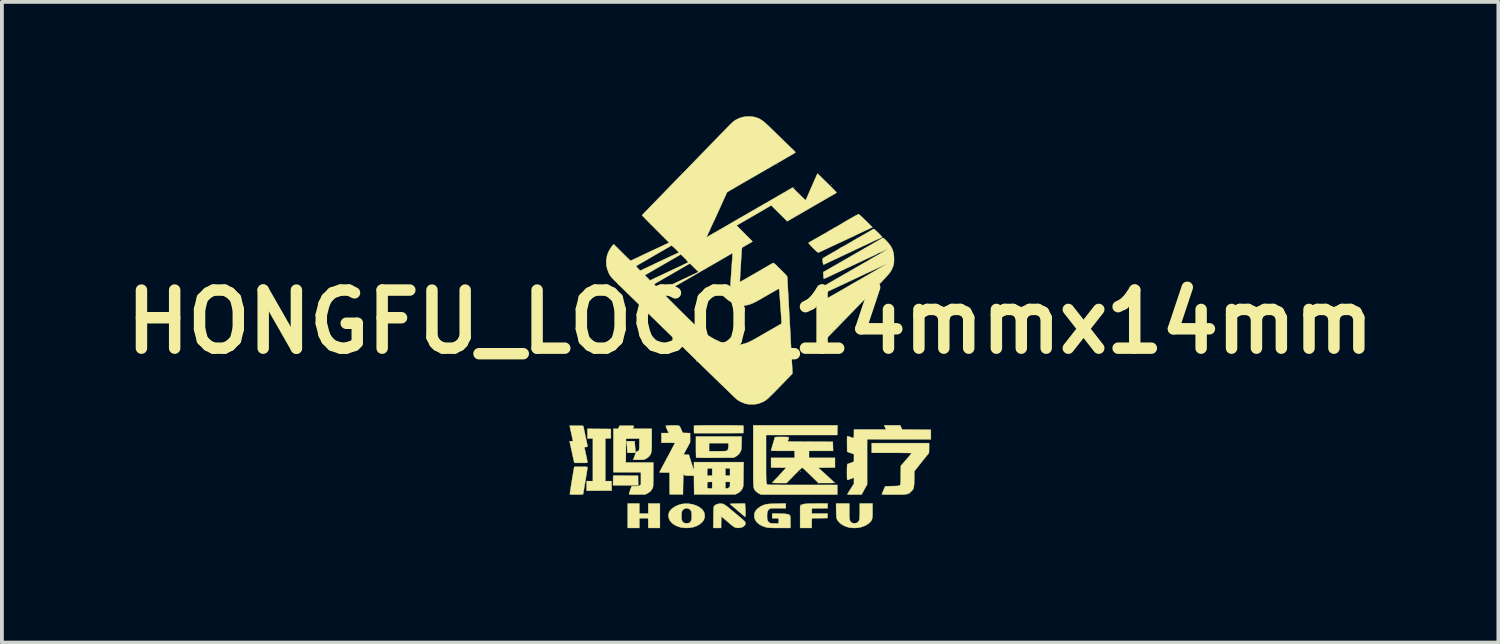
<source format=kicad_pcb>
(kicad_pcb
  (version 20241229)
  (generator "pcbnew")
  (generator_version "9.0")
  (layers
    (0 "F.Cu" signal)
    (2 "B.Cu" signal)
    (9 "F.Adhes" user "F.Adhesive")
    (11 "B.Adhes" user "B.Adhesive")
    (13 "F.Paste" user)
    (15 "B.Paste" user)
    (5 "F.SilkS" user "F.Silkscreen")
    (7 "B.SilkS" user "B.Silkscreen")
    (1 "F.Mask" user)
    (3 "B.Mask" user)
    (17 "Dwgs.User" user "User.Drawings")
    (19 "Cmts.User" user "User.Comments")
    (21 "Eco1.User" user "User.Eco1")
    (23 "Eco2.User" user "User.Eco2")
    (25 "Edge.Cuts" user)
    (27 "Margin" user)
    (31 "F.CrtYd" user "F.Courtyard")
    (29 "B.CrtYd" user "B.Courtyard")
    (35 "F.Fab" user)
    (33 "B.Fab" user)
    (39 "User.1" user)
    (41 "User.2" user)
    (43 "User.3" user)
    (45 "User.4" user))
  (footprint "HONGFU_LOGO_14mmx14mm"
    (layer "F.Cu")
    (at 16.626 5.393)
    (property "Reference" "HONGFU_LOGO_14mmx14mm" (at 0 0 0) (layer "F.SilkS") (effects (font (size 1.524 1.524) (thickness 0.3))))
    (attr through_hole)
    (fp_poly (pts (xy -1.808 -3.927) (xy -1.814 -3.922) (xy -1.819 -3.927) (xy -1.814 -3.932) (xy -1.808 -3.927)) (stroke (width 0.01) (type solid)) (fill yes) (layer "F.SilkS"))
    (fp_poly (pts (xy -1.402 1.031) (xy -1.407 1.036) (xy -1.412 1.031) (xy -1.407 1.026) (xy -1.402 1.031)) (stroke (width 0.01) (type solid)) (fill yes) (layer "F.SilkS"))
    (fp_poly (pts (xy 0.711 -4.12) (xy 0.706 -4.115) (xy 0.701 -4.12) (xy 0.706 -4.125) (xy 0.711 -4.12)) (stroke (width 0.01) (type solid)) (fill yes) (layer "F.SilkS"))
    (fp_poly (pts (xy 1.158 -3.52) (xy 1.153 -3.515) (xy 1.148 -3.52) (xy 1.153 -3.526) (xy 1.158 -3.52)) (stroke (width 0.01) (type solid)) (fill yes) (layer "F.SilkS"))
    (fp_poly (pts (xy 1.321 4.801) (xy 1.316 4.806) (xy 1.311 4.801) (xy 1.316 4.796) (xy 1.321 4.801)) (stroke (width 0.01) (type solid)) (fill yes) (layer "F.SilkS"))
    (fp_poly (pts (xy 1.331 3.927) (xy 1.326 3.932) (xy 1.321 3.927) (xy 1.326 3.922) (xy 1.331 3.927)) (stroke (width 0.01) (type solid)) (fill yes) (layer "F.SilkS"))
    (fp_poly (pts (xy 1.788 4.242) (xy 1.783 4.247) (xy 1.778 4.242) (xy 1.783 4.237) (xy 1.788 4.242)) (stroke (width 0.01) (type solid)) (fill yes) (layer "F.SilkS"))
    (fp_poly (pts (xy 2.144 -3.602) (xy 2.139 -3.597) (xy 2.134 -3.602) (xy 2.139 -3.607) (xy 2.144 -3.602)) (stroke (width 0.01) (type solid)) (fill yes) (layer "F.SilkS"))
    (fp_poly (pts (xy 4.196 4.496) (xy 4.191 4.501) (xy 4.186 4.496) (xy 4.191 4.491) (xy 4.196 4.496)) (stroke (width 0.01) (type solid)) (fill yes) (layer "F.SilkS"))
    (fp_poly (pts (xy -2.941 4.033) (xy -2.938 4.16) (xy -2.936 4.288) (xy -3.597 4.288) (xy -3.592 4.032) (xy -2.941 4.033)) (stroke (width 0.01) (type solid)) (fill yes) (layer "F.SilkS"))
    (fp_poly (pts (xy -3.024 3.205) (xy -3.02 3.258) (xy -3.015 3.316) (xy -3.011 3.358) (xy -3.005 3.434) (xy -3.218 3.434) (xy -3.225 3.335) (xy -3.228 3.285) (xy -3.232 3.235) (xy -3.236 3.195) (xy -3.237 3.183) (xy -3.243 3.129) (xy -3.03 3.129) (xy -3.024 3.205)) (stroke (width 0.01) (type solid)) (fill yes) (layer "F.SilkS"))
    (fp_poly (pts (xy -3.653 2.809) (xy -3.653 3.053) (xy -3.8 3.059) (xy -3.8 4.176) (xy -3.637 4.176) (xy -3.636 4.262) (xy -3.635 4.308) (xy -3.634 4.35) (xy -3.633 4.382) (xy -3.633 4.387) (xy -3.632 4.425) (xy -3.96 4.427) (xy -4.288 4.43) (xy -4.288 4.176) (xy -4.125 4.176) (xy -4.125 3.058) (xy -4.267 3.058) (xy -4.267 2.804) (xy -3.653 2.809)) (stroke (width 0.01) (type solid)) (fill yes) (layer "F.SilkS"))
    (fp_poly (pts (xy -2.906 5.029) (xy -2.672 5.029) (xy -2.672 4.765) (xy -2.367 4.765) (xy -2.367 5.405) (xy -2.672 5.405) (xy -2.672 5.279) (xy -2.672 5.225) (xy -2.674 5.189) (xy -2.676 5.166) (xy -2.681 5.154) (xy -2.687 5.15) (xy -2.689 5.149) (xy -2.705 5.148) (xy -2.737 5.148) (xy -2.779 5.149) (xy -2.805 5.149) (xy -2.906 5.152) (xy -2.906 5.405) (xy -3.211 5.405) (xy -3.211 4.765) (xy -2.906 4.765) (xy -2.906 5.029)) (stroke (width 0.01) (type solid)) (fill yes) (layer "F.SilkS"))
    (fp_poly (pts (xy 2.032 4.887) (xy 1.826 4.889) (xy 1.621 4.892) (xy 1.618 4.961) (xy 1.615 5.029) (xy 2.033 5.029) (xy 2.027 5.146) (xy 1.839 5.148) (xy 1.778 5.149) (xy 1.724 5.15) (xy 1.679 5.15) (xy 1.647 5.151) (xy 1.633 5.151) (xy 1.626 5.153) (xy 1.621 5.161) (xy 1.618 5.177) (xy 1.616 5.207) (xy 1.615 5.251) (xy 1.615 5.278) (xy 1.615 5.405) (xy 1.311 5.405) (xy 1.311 4.835) (xy 1.334 4.811) (xy 1.35 4.799) (xy 1.37 4.789) (xy 1.397 4.781) (xy 1.433 4.775) (xy 1.48 4.77) (xy 1.54 4.767) (xy 1.615 4.766) (xy 1.708 4.765) (xy 1.748 4.765) (xy 2.032 4.765) (xy 2.032 4.887)) (stroke (width 0.01) (type solid)) (fill yes) (layer "F.SilkS"))
    (fp_poly (pts (xy -0.129 4.848) (xy -0.125 4.905) (xy -0.123 4.961) (xy -0.122 5.013) (xy -0.123 5.057) (xy -0.125 5.09) (xy -0.128 5.108) (xy -0.131 5.11) (xy -0.142 5.104) (xy -0.164 5.088) (xy -0.189 5.067) (xy -0.215 5.045) (xy -0.237 5.025) (xy -0.25 5.014) (xy -0.224 5.014) (xy -0.218 5.019) (xy -0.213 5.014) (xy -0.218 5.009) (xy -0.224 5.014) (xy -0.25 5.014) (xy -0.26 5.006) (xy -0.286 4.984) (xy -0.318 4.957) (xy -0.359 4.921) (xy -0.406 4.881) (xy -0.447 4.846) (xy -0.482 4.816) (xy -0.509 4.792) (xy -0.524 4.778) (xy -0.526 4.776) (xy -0.517 4.773) (xy -0.491 4.771) (xy -0.451 4.769) (xy -0.399 4.768) (xy -0.34 4.766) (xy -0.332 4.766) (xy -0.135 4.764) (xy -0.129 4.848)) (stroke (width 0.01) (type solid)) (fill yes) (layer "F.SilkS"))
    (fp_poly (pts (xy -0.735 2.713) (xy -0.638 2.713) (xy -0.545 2.714) (xy -0.459 2.714) (xy -0.381 2.715) (xy -0.314 2.716) (xy -0.26 2.716) (xy -0.22 2.718) (xy -0.199 2.719) (xy -0.195 2.719) (xy -0.184 2.723) (xy -0.178 2.731) (xy -0.175 2.746) (xy -0.174 2.773) (xy -0.175 2.815) (xy -0.175 2.821) (xy -0.178 2.916) (xy -0.821 2.919) (xy -0.934 2.919) (xy -1.04 2.919) (xy -1.138 2.919) (xy -1.227 2.919) (xy -1.305 2.919) (xy -1.37 2.919) (xy -1.42 2.918) (xy -1.453 2.918) (xy -1.468 2.917) (xy -1.469 2.917) (xy -1.471 2.905) (xy -1.472 2.878) (xy -1.473 2.841) (xy -1.473 2.819) (xy -1.473 2.725) (xy -1.441 2.719) (xy -1.425 2.718) (xy -1.391 2.717) (xy -1.341 2.716) (xy -1.277 2.715) (xy -1.202 2.714) (xy -1.118 2.714) (xy -1.027 2.713) (xy -0.931 2.713) (xy -0.833 2.713) (xy -0.735 2.713)) (stroke (width 0.01) (type solid)) (fill yes) (layer "F.SilkS"))
    (fp_poly (pts (xy -0.225 3.183) (xy -0.227 3.247) (xy -0.228 3.294) (xy -0.231 3.329) (xy -0.235 3.355) (xy -0.24 3.375) (xy -0.248 3.393) (xy -0.256 3.409) (xy -0.293 3.465) (xy -0.339 3.508) (xy -0.386 3.537) (xy -0.432 3.561) (xy -0.92 3.564) (xy -1.018 3.565) (xy -1.109 3.565) (xy -1.192 3.565) (xy -1.265 3.564) (xy -1.326 3.563) (xy -1.373 3.562) (xy -1.403 3.561) (xy -1.415 3.56) (xy -1.415 3.56) (xy -1.417 3.548) (xy -1.419 3.519) (xy -1.42 3.475) (xy -1.421 3.418) (xy -1.422 3.353) (xy -1.422 3.28) (xy -1.422 3.18) (xy -1.077 3.18) (xy -1.077 3.393) (xy -0.859 3.393) (xy -0.777 3.393) (xy -0.71 3.391) (xy -0.66 3.389) (xy -0.627 3.385) (xy -0.616 3.382) (xy -0.593 3.365) (xy -0.578 3.337) (xy -0.571 3.296) (xy -0.569 3.251) (xy -0.569 3.18) (xy -1.077 3.18) (xy -1.422 3.18) (xy -1.422 3.007) (xy -0.222 3.007) (xy -0.225 3.183)) (stroke (width 0.01) (type solid)) (fill yes) (layer "F.SilkS"))
    (fp_poly (pts (xy -4.376 3.8) (xy -4.331 3.8) (xy -4.301 3.802) (xy -4.282 3.804) (xy -4.272 3.808) (xy -4.268 3.814) (xy -4.267 3.821) (xy -4.269 3.837) (xy -4.273 3.87) (xy -4.281 3.916) (xy -4.29 3.974) (xy -4.3 4.039) (xy -4.308 4.088) (xy -4.321 4.162) (xy -4.333 4.236) (xy -4.345 4.304) (xy -4.354 4.362) (xy -4.362 4.407) (xy -4.365 4.424) (xy -4.372 4.464) (xy -4.378 4.498) (xy -4.383 4.518) (xy -4.384 4.521) (xy -4.396 4.524) (xy -4.423 4.526) (xy -4.463 4.528) (xy -4.51 4.529) (xy -4.562 4.529) (xy -4.612 4.529) (xy -4.659 4.528) (xy -4.696 4.526) (xy -4.721 4.524) (xy -4.729 4.522) (xy -4.728 4.511) (xy -4.725 4.482) (xy -4.719 4.44) (xy -4.71 4.385) (xy -4.701 4.322) (xy -4.69 4.253) (xy -4.678 4.18) (xy -4.666 4.107) (xy -4.654 4.036) (xy -4.643 3.97) (xy -4.633 3.913) (xy -4.624 3.865) (xy -4.618 3.832) (xy -4.617 3.828) (xy -4.611 3.8) (xy -4.439 3.8) (xy -4.376 3.8)) (stroke (width 0.01) (type solid)) (fill yes) (layer "F.SilkS"))
    (fp_poly (pts (xy -0.73 4.771) (xy -0.7 4.779) (xy -0.677 4.791) (xy -0.644 4.813) (xy -0.605 4.842) (xy -0.573 4.867) (xy -0.534 4.9) (xy -0.497 4.931) (xy -0.467 4.956) (xy -0.451 4.968) (xy -0.434 4.983) (xy -0.403 5.008) (xy -0.364 5.041) (xy -0.318 5.079) (xy -0.271 5.119) (xy -0.219 5.163) (xy -0.18 5.196) (xy -0.154 5.221) (xy -0.137 5.24) (xy -0.127 5.254) (xy -0.123 5.267) (xy -0.122 5.278) (xy -0.131 5.319) (xy -0.158 5.354) (xy -0.198 5.381) (xy -0.25 5.398) (xy -0.311 5.404) (xy -0.329 5.403) (xy -0.353 5.401) (xy -0.375 5.398) (xy -0.395 5.391) (xy -0.417 5.38) (xy -0.444 5.363) (xy -0.477 5.338) (xy -0.518 5.304) (xy -0.571 5.259) (xy -0.615 5.222) (xy -0.757 5.1) (xy -0.76 5.253) (xy -0.763 5.405) (xy -0.966 5.405) (xy -0.963 5.127) (xy -0.962 5.044) (xy -0.961 4.98) (xy -0.96 4.93) (xy -0.959 4.894) (xy -0.956 4.869) (xy -0.953 4.851) (xy -0.949 4.839) (xy -0.943 4.83) (xy -0.936 4.822) (xy -0.936 4.822) (xy -0.897 4.794) (xy -0.845 4.775) (xy -0.788 4.767) (xy -0.73 4.771)) (stroke (width 0.01) (type solid)) (fill yes) (layer "F.SilkS"))
    (fp_poly (pts (xy 2.601 4.97) (xy 2.601 5.041) (xy 2.602 5.095) (xy 2.603 5.135) (xy 2.606 5.164) (xy 2.61 5.186) (xy 2.615 5.203) (xy 2.621 5.217) (xy 2.644 5.252) (xy 2.674 5.273) (xy 2.716 5.282) (xy 2.743 5.283) (xy 2.793 5.275) (xy 2.831 5.251) (xy 2.857 5.21) (xy 2.864 5.187) (xy 2.868 5.162) (xy 2.871 5.12) (xy 2.873 5.067) (xy 2.875 5.005) (xy 2.875 4.954) (xy 2.875 4.765) (xy 3.211 4.765) (xy 3.21 4.956) (xy 3.21 5.024) (xy 3.209 5.076) (xy 3.207 5.114) (xy 3.204 5.142) (xy 3.2 5.163) (xy 3.194 5.18) (xy 3.191 5.187) (xy 3.174 5.219) (xy 3.157 5.243) (xy 3.134 5.266) (xy 3.101 5.293) (xy 3.096 5.296) (xy 3.016 5.345) (xy 2.925 5.38) (xy 2.825 5.4) (xy 2.72 5.406) (xy 2.614 5.396) (xy 2.583 5.39) (xy 2.501 5.364) (xy 2.425 5.327) (xy 2.359 5.279) (xy 2.307 5.225) (xy 2.283 5.187) (xy 2.275 5.171) (xy 2.269 5.153) (xy 2.265 5.13) (xy 2.262 5.099) (xy 2.26 5.057) (xy 2.258 4.999) (xy 2.257 4.956) (xy 2.254 4.765) (xy 2.601 4.765) (xy 2.601 4.97)) (stroke (width 0.01) (type solid)) (fill yes) (layer "F.SilkS"))
    (fp_poly (pts (xy 2.288 2.84) (xy 2.285 2.967) (xy 0.417 2.967) (xy 0.417 3.587) (xy 0.417 3.72) (xy 0.417 3.833) (xy 0.417 3.93) (xy 0.418 4.011) (xy 0.419 4.077) (xy 0.421 4.13) (xy 0.423 4.172) (xy 0.426 4.204) (xy 0.43 4.228) (xy 0.434 4.245) (xy 0.44 4.256) (xy 0.447 4.263) (xy 0.455 4.268) (xy 0.463 4.271) (xy 0.475 4.272) (xy 0.506 4.273) (xy 0.555 4.274) (xy 0.619 4.274) (xy 0.698 4.275) (xy 0.79 4.276) (xy 0.893 4.276) (xy 1.007 4.277) (xy 1.128 4.277) (xy 1.257 4.277) (xy 1.383 4.277) (xy 2.286 4.277) (xy 2.286 4.531) (xy 1.288 4.531) (xy 0.29 4.531) (xy 0.239 4.507) (xy 0.201 4.485) (xy 0.163 4.455) (xy 0.15 4.442) (xy 0.138 4.428) (xy 0.127 4.417) (xy 0.118 4.405) (xy 0.11 4.392) (xy 0.103 4.376) (xy 0.098 4.357) (xy 0.093 4.332) (xy 0.09 4.3) (xy 0.087 4.259) (xy 0.085 4.21) (xy 0.083 4.149) (xy 0.082 4.076) (xy 0.082 3.989) (xy 0.081 3.887) (xy 0.081 3.768) (xy 0.081 3.632) (xy 0.081 3.519) (xy 0.081 2.713) (xy 1.186 2.713) (xy 2.291 2.713) (xy 2.288 2.84)) (stroke (width 0.01) (type solid)) (fill yes) (layer "F.SilkS"))
    (fp_poly (pts (xy -1.606 4.77) (xy -1.511 4.786) (xy -1.42 4.815) (xy -1.34 4.855) (xy -1.273 4.906) (xy -1.27 4.908) (xy -1.23 4.955) (xy -1.205 5.002) (xy -1.193 5.059) (xy -1.191 5.07) (xy -1.195 5.136) (xy -1.218 5.198) (xy -1.26 5.255) (xy -1.319 5.306) (xy -1.395 5.349) (xy -1.404 5.354) (xy -1.493 5.384) (xy -1.591 5.401) (xy -1.693 5.405) (xy -1.794 5.394) (xy -1.837 5.385) (xy -1.924 5.355) (xy -1.999 5.315) (xy -2.059 5.267) (xy -2.104 5.211) (xy -2.132 5.151) (xy -2.141 5.09) (xy -1.802 5.09) (xy -1.799 5.16) (xy -1.788 5.211) (xy -1.768 5.248) (xy -1.739 5.27) (xy -1.698 5.281) (xy -1.665 5.283) (xy -1.623 5.28) (xy -1.593 5.27) (xy -1.582 5.263) (xy -1.557 5.234) (xy -1.541 5.193) (xy -1.532 5.137) (xy -1.531 5.08) (xy -1.534 5.018) (xy -1.544 4.971) (xy -1.563 4.937) (xy -1.591 4.911) (xy -1.598 4.907) (xy -1.645 4.889) (xy -1.694 4.891) (xy -1.738 4.91) (xy -1.766 4.933) (xy -1.785 4.959) (xy -1.796 4.994) (xy -1.801 5.041) (xy -1.802 5.09) (xy -2.141 5.09) (xy -2.142 5.086) (xy -2.14 5.059) (xy -2.134 5.022) (xy -2.123 4.989) (xy -2.119 4.98) (xy -2.084 4.932) (xy -2.033 4.885) (xy -1.969 4.844) (xy -1.897 4.809) (xy -1.819 4.784) (xy -1.798 4.779) (xy -1.704 4.767) (xy -1.606 4.77)) (stroke (width 0.01) (type solid)) (fill yes) (layer "F.SilkS"))
    (fp_poly (pts (xy -4.493 2.723) (xy -4.447 2.723) (xy -4.415 2.725) (xy -4.394 2.727) (xy -4.383 2.731) (xy -4.377 2.736) (xy -4.375 2.744) (xy -4.374 2.746) (xy -4.37 2.764) (xy -4.363 2.797) (xy -4.354 2.842) (xy -4.343 2.894) (xy -4.338 2.916) (xy -4.325 2.978) (xy -4.311 3.041) (xy -4.299 3.1) (xy -4.288 3.147) (xy -4.287 3.153) (xy -4.276 3.205) (xy -4.269 3.241) (xy -4.268 3.264) (xy -4.274 3.276) (xy -4.285 3.281) (xy -4.304 3.282) (xy -4.308 3.282) (xy -4.333 3.283) (xy -4.347 3.286) (xy -4.348 3.287) (xy -4.346 3.298) (xy -4.341 3.326) (xy -4.332 3.367) (xy -4.32 3.419) (xy -4.308 3.476) (xy -4.295 3.535) (xy -4.284 3.589) (xy -4.275 3.633) (xy -4.269 3.664) (xy -4.267 3.679) (xy -4.268 3.686) (xy -4.273 3.691) (xy -4.285 3.694) (xy -4.307 3.697) (xy -4.342 3.698) (xy -4.391 3.698) (xy -4.439 3.698) (xy -4.61 3.698) (xy -4.617 3.673) (xy -4.621 3.655) (xy -4.629 3.621) (xy -4.639 3.575) (xy -4.651 3.52) (xy -4.664 3.46) (xy -4.678 3.396) (xy -4.692 3.333) (xy -4.705 3.274) (xy -4.716 3.221) (xy -4.726 3.178) (xy -4.732 3.148) (xy -4.735 3.135) (xy -4.735 3.134) (xy -4.725 3.131) (xy -4.703 3.129) (xy -4.69 3.129) (xy -4.646 3.129) (xy -4.685 2.949) (xy -4.698 2.89) (xy -4.71 2.836) (xy -4.719 2.791) (xy -4.726 2.76) (xy -4.729 2.746) (xy -4.735 2.723) (xy -4.557 2.723) (xy -4.493 2.723)) (stroke (width 0.01) (type solid)) (fill yes) (layer "F.SilkS"))
    (fp_poly (pts (xy 3.937 2.713) (xy 3.961 2.769) (xy 3.985 2.824) (xy 4.362 2.827) (xy 4.74 2.83) (xy 4.74 3.079) (xy 3.068 3.078) (xy 3.068 4.265) (xy 2.995 4.398) (xy 2.921 4.531) (xy 2.736 4.531) (xy 2.677 4.531) (xy 2.626 4.53) (xy 2.585 4.528) (xy 2.559 4.525) (xy 2.55 4.523) (xy 2.555 4.512) (xy 2.57 4.487) (xy 2.592 4.451) (xy 2.619 4.408) (xy 2.637 4.38) (xy 2.723 4.246) (xy 2.723 4.086) (xy 2.644 4.116) (xy 2.606 4.129) (xy 2.575 4.14) (xy 2.555 4.145) (xy 2.553 4.145) (xy 2.548 4.141) (xy 2.545 4.125) (xy 2.542 4.097) (xy 2.541 4.053) (xy 2.54 3.993) (xy 2.54 3.937) (xy 2.54 3.871) (xy 2.542 3.815) (xy 2.544 3.771) (xy 2.546 3.741) (xy 2.549 3.729) (xy 2.549 3.729) (xy 2.562 3.725) (xy 2.59 3.716) (xy 2.626 3.703) (xy 2.641 3.697) (xy 2.723 3.666) (xy 2.723 3.568) (xy 2.723 3.47) (xy 2.545 3.407) (xy 2.542 3.202) (xy 2.542 3.131) (xy 2.542 3.078) (xy 2.543 3.041) (xy 2.544 3.016) (xy 2.548 3.003) (xy 2.552 2.997) (xy 2.554 2.997) (xy 2.57 3.001) (xy 2.599 3.01) (xy 2.634 3.022) (xy 2.636 3.023) (xy 2.67 3.035) (xy 2.698 3.044) (xy 2.713 3.048) (xy 2.713 3.048) (xy 2.717 3.038) (xy 2.721 3.011) (xy 2.722 2.97) (xy 2.723 2.936) (xy 2.723 2.824) (xy 3.566 2.824) (xy 3.541 2.769) (xy 3.516 2.713) (xy 3.937 2.713)) (stroke (width 0.01) (type solid)) (fill yes) (layer "F.SilkS"))
    (fp_poly (pts (xy 0.935 4.887) (xy 0.733 4.887) (xy 0.664 4.887) (xy 0.612 4.888) (xy 0.574 4.889) (xy 0.547 4.891) (xy 0.529 4.895) (xy 0.517 4.9) (xy 0.506 4.907) (xy 0.504 4.908) (xy 0.477 4.934) (xy 0.46 4.965) (xy 0.449 5.004) (xy 0.444 5.058) (xy 0.444 5.09) (xy 0.445 5.148) (xy 0.45 5.19) (xy 0.457 5.212) (xy 0.483 5.248) (xy 0.514 5.273) (xy 0.545 5.284) (xy 0.547 5.284) (xy 0.569 5.284) (xy 0.606 5.285) (xy 0.649 5.286) (xy 0.66 5.286) (xy 0.747 5.288) (xy 0.75 5.228) (xy 0.75 5.195) (xy 0.747 5.169) (xy 0.743 5.159) (xy 0.729 5.154) (xy 0.7 5.151) (xy 0.662 5.149) (xy 0.656 5.149) (xy 0.579 5.149) (xy 0.579 5.029) (xy 0.755 5.029) (xy 0.846 5.031) (xy 0.917 5.035) (xy 0.972 5.042) (xy 1.011 5.053) (xy 1.036 5.067) (xy 1.046 5.08) (xy 1.05 5.096) (xy 1.053 5.129) (xy 1.055 5.174) (xy 1.057 5.227) (xy 1.057 5.252) (xy 1.057 5.405) (xy 0.77 5.405) (xy 0.682 5.404) (xy 0.613 5.404) (xy 0.557 5.402) (xy 0.514 5.4) (xy 0.479 5.398) (xy 0.451 5.394) (xy 0.426 5.389) (xy 0.408 5.385) (xy 0.319 5.354) (xy 0.243 5.313) (xy 0.183 5.264) (xy 0.14 5.207) (xy 0.114 5.144) (xy 0.107 5.085) (xy 0.116 5.016) (xy 0.145 4.954) (xy 0.193 4.899) (xy 0.26 4.851) (xy 0.281 4.839) (xy 0.32 4.819) (xy 0.355 4.804) (xy 0.39 4.792) (xy 0.427 4.783) (xy 0.471 4.777) (xy 0.525 4.773) (xy 0.591 4.77) (xy 0.674 4.768) (xy 0.693 4.768) (xy 0.935 4.763) (xy 0.935 4.887)) (stroke (width 0.01) (type solid)) (fill yes) (layer "F.SilkS"))
    (fp_poly (pts (xy 2.846 -2.825) (xy 2.867 -2.81) (xy 2.898 -2.783) (xy 2.938 -2.746) (xy 2.962 -2.723) (xy 3.008 -2.678) (xy 3.055 -2.632) (xy 3.099 -2.589) (xy 3.134 -2.555) (xy 3.145 -2.544) (xy 3.208 -2.482) (xy 3.126 -2.443) (xy 3.081 -2.422) (xy 3.026 -2.397) (xy 2.969 -2.37) (xy 2.931 -2.352) (xy 2.819 -2.299) (xy 2.716 -2.25) (xy 2.625 -2.207) (xy 2.546 -2.17) (xy 2.481 -2.139) (xy 2.431 -2.116) (xy 2.398 -2.101) (xy 2.393 -2.098) (xy 2.334 -2.072) (xy 2.263 -2.039) (xy 2.184 -2.002) (xy 2.113 -1.968) (xy 2.026 -1.927) (xy 1.954 -1.893) (xy 1.898 -1.867) (xy 1.855 -1.847) (xy 1.824 -1.833) (xy 1.802 -1.825) (xy 1.789 -1.82) (xy 1.782 -1.819) (xy 1.771 -1.826) (xy 1.748 -1.845) (xy 1.716 -1.874) (xy 1.678 -1.91) (xy 1.646 -1.942) (xy 1.606 -1.983) (xy 1.573 -2.019) (xy 1.548 -2.048) (xy 1.533 -2.067) (xy 1.531 -2.073) (xy 1.542 -2.081) (xy 1.568 -2.096) (xy 1.606 -2.119) (xy 1.652 -2.145) (xy 1.704 -2.175) (xy 1.758 -2.206) (xy 1.812 -2.237) (xy 1.863 -2.266) (xy 1.907 -2.291) (xy 1.942 -2.31) (xy 1.964 -2.321) (xy 1.97 -2.324) (xy 1.987 -2.333) (xy 1.991 -2.337) (xy 2.002 -2.344) (xy 2.027 -2.359) (xy 2.063 -2.381) (xy 2.108 -2.407) (xy 2.159 -2.437) (xy 2.212 -2.467) (xy 2.265 -2.497) (xy 2.266 -2.497) (xy 2.294 -2.513) (xy 2.334 -2.536) (xy 2.378 -2.563) (xy 2.408 -2.58) (xy 2.471 -2.618) (xy 2.535 -2.656) (xy 2.599 -2.693) (xy 2.659 -2.727) (xy 2.713 -2.758) (xy 2.759 -2.783) (xy 2.795 -2.802) (xy 2.816 -2.812) (xy 2.822 -2.814) (xy 2.835 -2.822) (xy 2.838 -2.827) (xy 2.846 -2.825)) (stroke (width 0.01) (type solid)) (fill yes) (layer "F.SilkS"))
    (fp_poly (pts (xy 4.694 3.311) (xy 4.693 3.37) (xy 4.691 3.411) (xy 4.688 3.438) (xy 4.682 3.451) (xy 4.68 3.453) (xy 4.671 3.464) (xy 4.65 3.488) (xy 4.62 3.524) (xy 4.583 3.57) (xy 4.541 3.623) (xy 4.494 3.681) (xy 4.487 3.691) (xy 4.307 3.917) (xy 4.304 4.125) (xy 4.303 4.205) (xy 4.3 4.267) (xy 4.295 4.315) (xy 4.288 4.353) (xy 4.277 4.383) (xy 4.261 4.408) (xy 4.24 4.432) (xy 4.212 4.457) (xy 4.211 4.458) (xy 4.188 4.478) (xy 4.167 4.493) (xy 4.144 4.505) (xy 4.118 4.515) (xy 4.085 4.521) (xy 4.044 4.526) (xy 3.993 4.529) (xy 3.927 4.531) (xy 3.846 4.531) (xy 3.762 4.531) (xy 3.686 4.531) (xy 3.616 4.53) (xy 3.556 4.529) (xy 3.507 4.528) (xy 3.473 4.526) (xy 3.456 4.524) (xy 3.454 4.523) (xy 3.458 4.51) (xy 3.469 4.484) (xy 3.484 4.447) (xy 3.498 4.414) (xy 3.542 4.313) (xy 3.727 4.308) (xy 3.794 4.306) (xy 3.843 4.304) (xy 3.878 4.301) (xy 3.902 4.297) (xy 3.917 4.293) (xy 3.927 4.286) (xy 3.929 4.285) (xy 3.935 4.277) (xy 3.939 4.266) (xy 3.943 4.248) (xy 3.945 4.222) (xy 3.947 4.184) (xy 3.949 4.132) (xy 3.95 4.064) (xy 3.95 4.021) (xy 3.953 3.776) (xy 4.047 3.668) (xy 4.102 3.604) (xy 4.146 3.553) (xy 4.179 3.514) (xy 4.203 3.486) (xy 4.219 3.466) (xy 4.229 3.453) (xy 4.234 3.446) (xy 4.235 3.443) (xy 4.226 3.441) (xy 4.198 3.44) (xy 4.152 3.438) (xy 4.09 3.437) (xy 4.014 3.436) (xy 3.924 3.435) (xy 3.822 3.434) (xy 3.714 3.434) (xy 3.19 3.434) (xy 3.19 3.18) (xy 4.694 3.18) (xy 4.694 3.311)) (stroke (width 0.01) (type solid)) (fill yes) (layer "F.SilkS"))
    (fp_poly (pts (xy -3.177 2.723) (xy -3.126 2.724) (xy -3.085 2.726) (xy -3.058 2.728) (xy -3.048 2.73) (xy -3.048 2.731) (xy -3.053 2.744) (xy -3.063 2.764) (xy -3.074 2.784) (xy -3.078 2.797) (xy -3.069 2.799) (xy -3.041 2.801) (xy -2.999 2.802) (xy -2.945 2.803) (xy -2.882 2.804) (xy -2.83 2.804) (xy -2.581 2.804) (xy -2.581 3.092) (xy -2.581 3.188) (xy -2.582 3.265) (xy -2.584 3.328) (xy -2.588 3.377) (xy -2.593 3.417) (xy -2.601 3.448) (xy -2.612 3.473) (xy -2.625 3.496) (xy -2.642 3.518) (xy -2.646 3.523) (xy -2.677 3.552) (xy -2.716 3.58) (xy -2.735 3.591) (xy -2.758 3.601) (xy -2.779 3.609) (xy -2.803 3.613) (xy -2.834 3.616) (xy -2.878 3.617) (xy -2.927 3.617) (xy -3.066 3.617) (xy -3.025 3.505) (xy -3.007 3.457) (xy -2.993 3.424) (xy -2.982 3.405) (xy -2.972 3.396) (xy -2.962 3.393) (xy -2.962 3.393) (xy -2.942 3.391) (xy -2.927 3.382) (xy -2.917 3.365) (xy -2.91 3.335) (xy -2.907 3.292) (xy -2.906 3.231) (xy -2.906 3.208) (xy -2.906 3.059) (xy -3.081 3.061) (xy -3.256 3.063) (xy -3.262 3.688) (xy -2.54 3.688) (xy -2.54 4.002) (xy -2.54 4.093) (xy -2.541 4.166) (xy -2.542 4.224) (xy -2.543 4.268) (xy -2.545 4.301) (xy -2.548 4.325) (xy -2.552 4.343) (xy -2.556 4.354) (xy -2.586 4.409) (xy -2.626 4.453) (xy -2.682 4.49) (xy -2.685 4.492) (xy -2.748 4.526) (xy -2.959 4.528) (xy -3.03 4.529) (xy -3.089 4.528) (xy -3.135 4.526) (xy -3.164 4.524) (xy -3.175 4.521) (xy -3.174 4.508) (xy -3.167 4.48) (xy -3.155 4.443) (xy -3.144 4.409) (xy -3.106 4.308) (xy -3.012 4.308) (xy -2.965 4.307) (xy -2.934 4.305) (xy -2.912 4.299) (xy -2.896 4.29) (xy -2.892 4.287) (xy -2.865 4.266) (xy -2.865 3.942) (xy -3.586 3.942) (xy -3.586 2.804) (xy -3.523 2.804) (xy -3.459 2.804) (xy -3.442 2.763) (xy -3.425 2.723) (xy -3.237 2.723) (xy -3.177 2.723)) (stroke (width 0.01) (type solid)) (fill yes) (layer "F.SilkS"))
    (fp_poly (pts (xy 3.246 -2.437) (xy 3.257 -2.429) (xy 3.279 -2.411) (xy 3.308 -2.385) (xy 3.339 -2.356) (xy 3.37 -2.326) (xy 3.397 -2.299) (xy 3.416 -2.279) (xy 3.424 -2.269) (xy 3.424 -2.269) (xy 3.431 -2.259) (xy 3.445 -2.247) (xy 3.456 -2.236) (xy 3.458 -2.226) (xy 3.449 -2.216) (xy 3.425 -2.203) (xy 3.386 -2.185) (xy 3.373 -2.18) (xy 3.335 -2.163) (xy 3.286 -2.141) (xy 3.234 -2.116) (xy 3.205 -2.103) (xy 3.154 -2.078) (xy 3.099 -2.052) (xy 3.049 -2.029) (xy 3.028 -2.019) (xy 2.985 -1.999) (xy 2.932 -1.974) (xy 2.877 -1.948) (xy 2.845 -1.933) (xy 2.766 -1.896) (xy 2.702 -1.866) (xy 2.652 -1.842) (xy 2.612 -1.823) (xy 2.58 -1.808) (xy 2.553 -1.796) (xy 2.53 -1.785) (xy 2.501 -1.772) (xy 2.459 -1.752) (xy 2.407 -1.728) (xy 2.352 -1.701) (xy 2.323 -1.688) (xy 2.273 -1.663) (xy 2.229 -1.643) (xy 2.195 -1.627) (xy 2.174 -1.618) (xy 2.168 -1.615) (xy 2.158 -1.611) (xy 2.134 -1.6) (xy 2.098 -1.582) (xy 2.055 -1.561) (xy 2.051 -1.56) (xy 2.007 -1.538) (xy 1.969 -1.52) (xy 1.94 -1.508) (xy 1.926 -1.504) (xy 1.925 -1.504) (xy 1.917 -1.513) (xy 1.91 -1.541) (xy 1.905 -1.582) (xy 1.902 -1.623) (xy 1.902 -1.648) (xy 1.906 -1.663) (xy 1.915 -1.672) (xy 1.915 -1.673) (xy 1.929 -1.681) (xy 1.957 -1.698) (xy 1.998 -1.722) (xy 2.048 -1.751) (xy 2.105 -1.783) (xy 2.142 -1.805) (xy 2.201 -1.838) (xy 2.254 -1.869) (xy 2.298 -1.896) (xy 2.332 -1.916) (xy 2.351 -1.929) (xy 2.355 -1.932) (xy 2.366 -1.941) (xy 2.367 -1.941) (xy 2.381 -1.946) (xy 2.412 -1.962) (xy 2.46 -1.988) (xy 2.524 -2.024) (xy 2.604 -2.071) (xy 2.662 -2.105) (xy 2.715 -2.136) (xy 2.765 -2.165) (xy 2.809 -2.191) (xy 2.842 -2.21) (xy 2.855 -2.217) (xy 2.925 -2.257) (xy 2.993 -2.296) (xy 3.056 -2.332) (xy 3.111 -2.364) (xy 3.156 -2.39) (xy 3.188 -2.41) (xy 3.203 -2.42) (xy 3.227 -2.432) (xy 3.245 -2.437) (xy 3.246 -2.437)) (stroke (width 0.01) (type solid)) (fill yes) (layer "F.SilkS"))
    (fp_poly (pts (xy 0.892 3.018) (xy 0.943 3.019) (xy 0.982 3.021) (xy 1.008 3.024) (xy 1.016 3.026) (xy 1.013 3.04) (xy 1.006 3.066) (xy 1.001 3.084) (xy 0.992 3.113) (xy 0.987 3.132) (xy 0.986 3.137) (xy 0.995 3.137) (xy 1.024 3.138) (xy 1.069 3.138) (xy 1.129 3.139) (xy 1.202 3.14) (xy 1.287 3.14) (xy 1.381 3.141) (xy 1.484 3.141) (xy 1.577 3.142) (xy 2.169 3.145) (xy 2.175 3.383) (xy 1.544 3.383) (xy 1.544 3.566) (xy 2.225 3.566) (xy 2.225 3.82) (xy 2.006 3.823) (xy 1.786 3.825) (xy 1.978 3.998) (xy 2.031 4.046) (xy 2.08 4.091) (xy 2.123 4.131) (xy 2.156 4.162) (xy 2.179 4.185) (xy 2.188 4.194) (xy 2.204 4.208) (xy 2.217 4.21) (xy 2.223 4.209) (xy 2.221 4.215) (xy 2.211 4.219) (xy 2.185 4.222) (xy 2.142 4.225) (xy 2.082 4.226) (xy 2.003 4.226) (xy 1.793 4.226) (xy 1.6 4.038) (xy 1.547 3.987) (xy 1.498 3.94) (xy 1.455 3.899) (xy 1.42 3.866) (xy 1.395 3.843) (xy 1.383 3.833) (xy 1.376 3.829) (xy 1.369 3.827) (xy 1.359 3.829) (xy 1.347 3.837) (xy 1.328 3.852) (xy 1.303 3.875) (xy 1.269 3.908) (xy 1.224 3.953) (xy 1.167 4.01) (xy 1.156 4.022) (xy 0.953 4.227) (xy 0.766 4.227) (xy 0.7 4.226) (xy 0.647 4.225) (xy 0.607 4.222) (xy 0.584 4.219) (xy 0.579 4.217) (xy 0.587 4.204) (xy 0.593 4.199) (xy 0.604 4.19) (xy 0.626 4.167) (xy 0.658 4.134) (xy 0.698 4.093) (xy 0.743 4.045) (xy 0.777 4.008) (xy 0.946 3.825) (xy 0.549 3.82) (xy 0.549 3.566) (xy 1.168 3.566) (xy 1.168 3.383) (xy 0.859 3.383) (xy 0.782 3.383) (xy 0.711 3.383) (xy 0.651 3.382) (xy 0.602 3.38) (xy 0.568 3.379) (xy 0.55 3.378) (xy 0.549 3.377) (xy 0.551 3.366) (xy 0.559 3.339) (xy 0.569 3.301) (xy 0.583 3.254) (xy 0.597 3.202) (xy 0.613 3.15) (xy 0.627 3.101) (xy 0.639 3.058) (xy 0.646 3.035) (xy 0.65 3.029) (xy 0.658 3.024) (xy 0.674 3.021) (xy 0.7 3.019) (xy 0.739 3.018) (xy 0.793 3.018) (xy 0.834 3.018) (xy 0.892 3.018)) (stroke (width 0.01) (type solid)) (fill yes) (layer "F.SilkS"))
    (fp_poly (pts (xy -1.981 2.715) (xy -1.937 2.716) (xy -1.904 2.718) (xy -1.891 2.72) (xy -1.871 2.724) (xy -1.857 2.731) (xy -1.845 2.743) (xy -1.833 2.765) (xy -1.817 2.8) (xy -1.809 2.819) (xy -1.77 2.911) (xy -1.672 2.914) (xy -1.575 2.917) (xy -1.575 3.161) (xy -1.661 3.32) (xy -1.747 3.48) (xy -1.677 3.483) (xy -1.607 3.486) (xy -1.555 3.65) (xy -1.53 3.728) (xy -1.511 3.788) (xy -1.497 3.831) (xy -1.487 3.859) (xy -1.48 3.872) (xy -1.477 3.872) (xy -1.475 3.86) (xy -1.474 3.838) (xy -1.474 3.806) (xy -1.474 3.787) (xy -1.473 3.678) (xy -0.171 3.678) (xy -0.175 4) (xy -0.175 4.09) (xy -0.176 4.162) (xy -0.178 4.218) (xy -0.179 4.261) (xy -0.181 4.293) (xy -0.184 4.317) (xy -0.188 4.335) (xy -0.192 4.348) (xy -0.198 4.361) (xy -0.2 4.365) (xy -0.236 4.421) (xy -0.277 4.463) (xy -0.328 4.495) (xy -0.333 4.498) (xy -0.391 4.526) (xy -1.468 4.526) (xy -1.471 4.309) (xy -1.127 4.309) (xy -1.126 4.339) (xy -1.124 4.355) (xy -1.111 4.364) (xy -1.081 4.368) (xy -1.057 4.369) (xy -0.996 4.369) (xy -0.996 4.196) (xy -0.65 4.196) (xy -0.65 4.369) (xy -0.616 4.369) (xy -0.582 4.362) (xy -0.555 4.348) (xy -0.54 4.334) (xy -0.532 4.318) (xy -0.529 4.293) (xy -0.528 4.261) (xy -0.528 4.196) (xy -0.65 4.196) (xy -0.996 4.196) (xy -0.996 4.195) (xy -1.123 4.201) (xy -1.126 4.271) (xy -1.127 4.309) (xy -1.471 4.309) (xy -1.474 4.034) (xy -1.129 4.034) (xy -0.996 4.034) (xy -0.996 3.84) (xy -0.65 3.84) (xy -0.65 4.034) (xy -0.528 4.034) (xy -0.528 3.84) (xy -0.65 3.84) (xy -0.996 3.84) (xy -0.996 3.84) (xy -1.123 3.846) (xy -1.126 3.94) (xy -1.129 4.034) (xy -1.474 4.034) (xy -1.594 4.034) (xy -1.649 4.033) (xy -1.688 4.031) (xy -1.713 4.025) (xy -1.728 4.015) (xy -1.738 3.999) (xy -1.744 3.975) (xy -1.745 3.972) (xy -1.747 3.972) (xy -1.749 3.991) (xy -1.752 4.026) (xy -1.754 4.077) (xy -1.756 4.14) (xy -1.757 4.215) (xy -1.758 4.232) (xy -1.763 4.526) (xy -1.934 4.526) (xy -1.991 4.526) (xy -2.04 4.525) (xy -2.078 4.524) (xy -2.102 4.523) (xy -2.109 4.522) (xy -2.11 4.511) (xy -2.111 4.483) (xy -2.112 4.439) (xy -2.113 4.383) (xy -2.113 4.317) (xy -2.113 4.244) (xy -2.113 4.235) (xy -2.113 3.952) (xy -2.245 3.952) (xy -2.294 3.952) (xy -2.335 3.95) (xy -2.364 3.949) (xy -2.377 3.946) (xy -2.377 3.946) (xy -2.373 3.934) (xy -2.361 3.91) (xy -2.343 3.876) (xy -2.333 3.857) (xy -2.307 3.808) (xy -2.277 3.752) (xy -2.248 3.698) (xy -2.24 3.683) (xy -2.216 3.637) (xy -2.192 3.592) (xy -2.171 3.554) (xy -2.164 3.541) (xy -2.149 3.513) (xy -2.127 3.472) (xy -2.101 3.423) (xy -2.074 3.371) (xy -2.067 3.358) (xy -2.042 3.309) (xy -2.018 3.266) (xy -2 3.231) (xy -1.987 3.21) (xy -1.985 3.206) (xy -1.974 3.187) (xy -1.971 3.178) (xy -1.981 3.175) (xy -2.007 3.173) (xy -2.048 3.171) (xy -2.099 3.17) (xy -2.149 3.17) (xy -2.327 3.17) (xy -2.327 2.916) (xy -2.135 2.916) (xy -2.177 2.825) (xy -2.194 2.785) (xy -2.206 2.753) (xy -2.212 2.732) (xy -2.212 2.726) (xy -2.198 2.723) (xy -2.169 2.72) (xy -2.129 2.718) (xy -2.081 2.716) (xy -2.03 2.715) (xy -1.981 2.715)) (stroke (width 0.01) (type solid)) (fill yes) (layer "F.SilkS"))
    (fp_poly (pts (xy 3.487 -2.201) (xy 3.508 -2.189) (xy 3.536 -2.164) (xy 3.575 -2.125) (xy 3.579 -2.121) (xy 3.648 -2.042) (xy 3.7 -1.967) (xy 3.737 -1.891) (xy 3.76 -1.81) (xy 3.772 -1.719) (xy 3.774 -1.646) (xy 3.773 -1.591) (xy 3.771 -1.551) (xy 3.767 -1.519) (xy 3.76 -1.49) (xy 3.749 -1.457) (xy 3.74 -1.435) (xy 3.73 -1.41) (xy 3.72 -1.387) (xy 3.71 -1.365) (xy 3.698 -1.343) (xy 3.684 -1.32) (xy 3.666 -1.295) (xy 3.644 -1.267) (xy 3.616 -1.234) (xy 3.583 -1.195) (xy 3.541 -1.15) (xy 3.492 -1.098) (xy 3.433 -1.036) (xy 3.364 -0.965) (xy 3.284 -0.882) (xy 3.192 -0.788) (xy 3.087 -0.68) (xy 3.068 -0.66) (xy 3.049 -0.641) (xy 3.018 -0.608) (xy 2.976 -0.565) (xy 2.925 -0.513) (xy 2.868 -0.454) (xy 2.805 -0.389) (xy 2.739 -0.321) (xy 2.708 -0.289) (xy 2.635 -0.214) (xy 2.561 -0.137) (xy 2.486 -0.061) (xy 2.414 0.013) (xy 2.349 0.08) (xy 2.291 0.139) (xy 2.245 0.187) (xy 2.239 0.193) (xy 2.19 0.243) (xy 2.144 0.29) (xy 2.103 0.332) (xy 2.071 0.365) (xy 2.049 0.388) (xy 2.043 0.394) (xy 2.021 0.413) (xy 2.009 0.417) (xy 2.007 0.414) (xy 2.006 0.401) (xy 2.004 0.371) (xy 2.001 0.325) (xy 1.999 0.295) (xy 2.012 0.295) (xy 2.019 0.305) (xy 2.022 0.305) (xy 2.032 0.297) (xy 2.032 0.295) (xy 2.073 0.295) (xy 2.08 0.305) (xy 2.083 0.305) (xy 2.093 0.297) (xy 2.093 0.295) (xy 2.085 0.285) (xy 2.083 0.284) (xy 2.073 0.292) (xy 2.073 0.295) (xy 2.032 0.295) (xy 2.024 0.285) (xy 2.022 0.284) (xy 2.012 0.292) (xy 2.012 0.295) (xy 1.999 0.295) (xy 1.998 0.266) (xy 1.995 0.214) (xy 2.154 0.214) (xy 2.162 0.222) (xy 2.169 0.224) (xy 2.183 0.221) (xy 2.184 0.22) (xy 2.176 0.213) (xy 2.169 0.21) (xy 2.156 0.209) (xy 2.154 0.214) (xy 1.995 0.214) (xy 1.994 0.197) (xy 1.991 0.132) (xy 2.235 0.132) (xy 2.239 0.14) (xy 2.242 0.139) (xy 2.243 0.127) (xy 2.242 0.125) (xy 2.236 0.127) (xy 2.235 0.132) (xy 1.991 0.132) (xy 1.99 0.119) (xy 1.986 0.051) (xy 2.316 0.051) (xy 2.32 0.061) (xy 2.321 0.061) (xy 2.33 0.054) (xy 2.332 0.051) (xy 2.331 0.041) (xy 2.327 0.041) (xy 2.317 0.048) (xy 2.316 0.051) (xy 1.986 0.051) (xy 1.986 0.037) (xy 1.982 -0.029) (xy 2.388 -0.029) (xy 2.395 -0.02) (xy 2.397 -0.02) (xy 2.411 -0.028) (xy 2.412 -0.029) (xy 2.409 -0.036) (xy 2.402 -0.037) (xy 2.389 -0.033) (xy 2.388 -0.029) (xy 1.982 -0.029) (xy 1.982 -0.048) (xy 1.977 -0.134) (xy 1.973 -0.217) (xy 1.97 -0.296) (xy 1.967 -0.368) (xy 1.964 -0.431) (xy 1.962 -0.481) (xy 1.961 -0.517) (xy 1.961 -0.533) (xy 1.962 -0.584) (xy 2.121 -0.675) (xy 2.183 -0.71) (xy 2.255 -0.751) (xy 2.333 -0.796) (xy 2.41 -0.84) (xy 2.474 -0.877) (xy 2.545 -0.918) (xy 2.624 -0.964) (xy 2.704 -1.01) (xy 2.778 -1.053) (xy 2.835 -1.085) (xy 2.894 -1.119) (xy 2.966 -1.161) (xy 3.045 -1.206) (xy 3.125 -1.252) (xy 3.201 -1.296) (xy 3.226 -1.311) (xy 3.291 -1.348) (xy 3.353 -1.384) (xy 3.409 -1.417) (xy 3.457 -1.444) (xy 3.493 -1.464) (xy 3.508 -1.473) (xy 3.537 -1.49) (xy 3.557 -1.504) (xy 3.563 -1.511) (xy 3.563 -1.511) (xy 3.551 -1.51) (xy 3.539 -1.504) (xy 3.526 -1.498) (xy 3.502 -1.486) (xy 3.464 -1.468) (xy 3.413 -1.443) (xy 3.347 -1.412) (xy 3.265 -1.374) (xy 3.166 -1.327) (xy 3.109 -1.301) (xy 3.05 -1.273) (xy 2.989 -1.245) (xy 2.933 -1.218) (xy 2.887 -1.197) (xy 2.875 -1.191) (xy 2.725 -1.12) (xy 2.592 -1.058) (xy 2.476 -1.003) (xy 2.374 -0.956) (xy 2.287 -0.915) (xy 2.213 -0.88) (xy 2.15 -0.851) (xy 2.099 -0.827) (xy 2.057 -0.808) (xy 2.024 -0.792) (xy 1.999 -0.781) (xy 1.981 -0.773) (xy 1.968 -0.767) (xy 1.959 -0.764) (xy 1.954 -0.762) (xy 1.951 -0.762) (xy 1.947 -0.771) (xy 1.945 -0.797) (xy 1.944 -0.833) (xy 1.944 -0.854) (xy 1.946 -0.946) (xy 2.052 -1.008) (xy 2.091 -1.03) (xy 2.144 -1.061) (xy 2.206 -1.097) (xy 2.275 -1.136) (xy 2.346 -1.177) (xy 2.398 -1.207) (xy 2.473 -1.25) (xy 2.534 -1.285) (xy 2.583 -1.313) (xy 2.623 -1.337) (xy 2.658 -1.357) (xy 2.69 -1.375) (xy 2.723 -1.394) (xy 2.759 -1.415) (xy 2.801 -1.439) (xy 2.853 -1.469) (xy 2.885 -1.487) (xy 2.94 -1.519) (xy 3.576 -1.519) (xy 3.581 -1.514) (xy 3.586 -1.519) (xy 3.581 -1.524) (xy 3.576 -1.519) (xy 2.94 -1.519) (xy 2.94 -1.519) (xy 2.99 -1.547) (xy 3.03 -1.57) (xy 3.06 -1.587) (xy 3.075 -1.595) (xy 3.077 -1.595) (xy 3.088 -1.601) (xy 3.098 -1.609) (xy 3.115 -1.621) (xy 3.143 -1.638) (xy 3.175 -1.656) (xy 3.217 -1.68) (xy 3.263 -1.706) (xy 3.291 -1.721) (xy 3.33 -1.744) (xy 3.376 -1.77) (xy 3.408 -1.788) (xy 3.481 -1.83) (xy 3.537 -1.863) (xy 3.576 -1.887) (xy 3.598 -1.902) (xy 3.603 -1.907) (xy 3.593 -1.905) (xy 3.569 -1.895) (xy 3.539 -1.881) (xy 3.488 -1.856) (xy 3.441 -1.834) (xy 3.403 -1.818) (xy 3.376 -1.808) (xy 3.363 -1.806) (xy 3.363 -1.806) (xy 3.359 -1.806) (xy 3.355 -1.802) (xy 3.347 -1.795) (xy 3.327 -1.783) (xy 3.296 -1.767) (xy 3.25 -1.744) (xy 3.188 -1.715) (xy 3.11 -1.679) (xy 3.109 -1.679) (xy 3.079 -1.664) (xy 3.034 -1.644) (xy 2.98 -1.618) (xy 2.92 -1.59) (xy 2.86 -1.562) (xy 2.798 -1.533) (xy 2.722 -1.497) (xy 2.639 -1.458) (xy 2.553 -1.418) (xy 2.47 -1.379) (xy 2.423 -1.357) (xy 2.349 -1.322) (xy 2.274 -1.287) (xy 2.202 -1.253) (xy 2.138 -1.223) (xy 2.085 -1.197) (xy 2.053 -1.182) (xy 2.009 -1.162) (xy 1.972 -1.146) (xy 1.945 -1.136) (xy 1.932 -1.133) (xy 1.932 -1.133) (xy 1.928 -1.146) (xy 1.925 -1.173) (xy 1.922 -1.211) (xy 1.922 -1.223) (xy 1.918 -1.306) (xy 2.232 -1.485) (xy 2.315 -1.533) (xy 2.402 -1.583) (xy 2.489 -1.633) (xy 2.572 -1.681) (xy 2.647 -1.724) (xy 2.71 -1.76) (xy 2.733 -1.774) (xy 2.792 -1.808) (xy 2.847 -1.839) (xy 2.895 -1.867) (xy 2.933 -1.889) (xy 2.958 -1.903) (xy 2.962 -1.906) (xy 2.979 -1.915) (xy 3.617 -1.915) (xy 3.622 -1.91) (xy 3.627 -1.915) (xy 3.622 -1.92) (xy 3.617 -1.915) (xy 2.979 -1.915) (xy 3.021 -1.939) (xy 3.084 -1.975) (xy 3.15 -2.013) (xy 3.215 -2.051) (xy 3.278 -2.087) (xy 3.335 -2.12) (xy 3.384 -2.149) (xy 3.423 -2.172) (xy 3.448 -2.188) (xy 3.459 -2.195) (xy 3.472 -2.203) (xy 3.487 -2.201)) (stroke (width 0.01) (type solid)) (fill yes) (layer "F.SilkS"))
    (fp_poly (pts (xy 0.112 -5.374) (xy 0.207 -5.344) (xy 0.264 -5.316) (xy 0.287 -5.302) (xy 0.31 -5.287) (xy 0.334 -5.27) (xy 0.361 -5.249) (xy 0.392 -5.222) (xy 0.429 -5.189) (xy 0.473 -5.148) (xy 0.526 -5.097) (xy 0.59 -5.035) (xy 0.666 -4.961) (xy 0.708 -4.92) (xy 0.777 -4.853) (xy 0.846 -4.786) (xy 0.911 -4.723) (xy 0.97 -4.665) (xy 1.022 -4.615) (xy 1.065 -4.574) (xy 1.095 -4.545) (xy 1.103 -4.538) (xy 1.137 -4.505) (xy 1.164 -4.478) (xy 1.183 -4.458) (xy 1.189 -4.449) (xy 1.181 -4.441) (xy 1.159 -4.425) (xy 1.121 -4.401) (xy 1.065 -4.368) (xy 1.031 -4.349) (xy 1.017 -4.34) (xy 0.986 -4.323) (xy 0.942 -4.297) (xy 0.885 -4.264) (xy 0.818 -4.226) (xy 0.742 -4.182) (xy 0.659 -4.134) (xy 0.571 -4.083) (xy 0.538 -4.064) (xy 0.449 -4.012) (xy 0.364 -3.963) (xy 0.285 -3.918) (xy 0.215 -3.877) (xy 0.154 -3.842) (xy 0.105 -3.814) (xy 0.069 -3.793) (xy 0.049 -3.782) (xy 0.046 -3.78) (xy 0.002 -3.755) (xy -0.054 -3.722) (xy -0.12 -3.685) (xy -0.19 -3.644) (xy -0.262 -3.602) (xy -0.332 -3.562) (xy -0.396 -3.525) (xy -0.449 -3.493) (xy -0.49 -3.469) (xy -0.493 -3.468) (xy -0.605 -3.402) (xy -0.696 -3.202) (xy -0.728 -3.131) (xy -0.762 -3.055) (xy -0.796 -2.981) (xy -0.827 -2.913) (xy -0.851 -2.86) (xy -0.877 -2.804) (xy -0.902 -2.749) (xy -0.925 -2.699) (xy -0.943 -2.661) (xy -0.947 -2.652) (xy -0.968 -2.607) (xy -0.993 -2.552) (xy -1.022 -2.491) (xy -1.05 -2.428) (xy -1.077 -2.369) (xy -1.101 -2.318) (xy -1.119 -2.279) (xy -1.123 -2.269) (xy -1.146 -2.217) (xy -1.045 -2.277) (xy -1.004 -2.3) (xy -0.971 -2.32) (xy -0.948 -2.332) (xy -0.94 -2.337) (xy -0.93 -2.342) (xy -0.906 -2.355) (xy -0.869 -2.377) (xy -0.822 -2.404) (xy -0.767 -2.435) (xy -0.73 -2.457) (xy -0.658 -2.499) (xy -0.571 -2.549) (xy -0.474 -2.606) (xy -0.369 -2.666) (xy -0.26 -2.729) (xy -0.151 -2.792) (xy -0.045 -2.853) (xy 0.055 -2.911) (xy 0.146 -2.963) (xy 0.218 -3.005) (xy 0.286 -3.044) (xy 0.367 -3.091) (xy 0.459 -3.143) (xy 0.556 -3.2) (xy 0.655 -3.257) (xy 0.753 -3.314) (xy 0.845 -3.367) (xy 0.928 -3.415) (xy 0.96 -3.434) (xy 1.113 -3.523) (xy 1.283 -3.355) (xy 1.331 -3.308) (xy 1.374 -3.266) (xy 1.41 -3.232) (xy 1.437 -3.207) (xy 1.453 -3.193) (xy 1.457 -3.191) (xy 1.462 -3.201) (xy 1.474 -3.228) (xy 1.492 -3.268) (xy 1.515 -3.321) (xy 1.542 -3.384) (xy 1.573 -3.454) (xy 1.595 -3.505) (xy 1.628 -3.581) (xy 1.66 -3.653) (xy 1.688 -3.717) (xy 1.712 -3.772) (xy 1.732 -3.815) (xy 1.744 -3.844) (xy 1.749 -3.853) (xy 1.768 -3.89) (xy 1.817 -3.843) (xy 1.91 -3.752) (xy 1.99 -3.674) (xy 2.057 -3.609) (xy 2.112 -3.554) (xy 2.158 -3.509) (xy 2.193 -3.474) (xy 2.22 -3.446) (xy 2.24 -3.425) (xy 2.253 -3.409) (xy 2.26 -3.399) (xy 2.263 -3.391) (xy 2.262 -3.387) (xy 2.259 -3.384) (xy 2.255 -3.381) (xy 2.253 -3.38) (xy 2.234 -3.369) (xy 2.202 -3.35) (xy 2.16 -3.325) (xy 2.112 -3.297) (xy 2.063 -3.269) (xy 2.015 -3.241) (xy 1.974 -3.218) (xy 1.943 -3.2) (xy 1.941 -3.199) (xy 1.918 -3.186) (xy 1.878 -3.163) (xy 1.821 -3.13) (xy 1.747 -3.087) (xy 1.656 -3.035) (xy 1.548 -2.972) (xy 1.424 -2.9) (xy 1.284 -2.819) (xy 1.139 -2.736) (xy 0.973 -2.639) (xy 0.554 -3.056) (xy 0.335 -2.929) (xy 0.262 -2.886) (xy 0.183 -2.84) (xy 0.103 -2.794) (xy 0.029 -2.751) (xy -0.035 -2.714) (xy -0.051 -2.705) (xy -0.109 -2.671) (xy -0.167 -2.638) (xy -0.219 -2.608) (xy -0.262 -2.583) (xy -0.287 -2.568) (xy -0.356 -2.529) (xy -0.148 -2.32) (xy -0.095 -2.267) (xy -0.046 -2.218) (xy -0.005 -2.177) (xy 0.028 -2.143) (xy 0.05 -2.12) (xy 0.06 -2.109) (xy 0.061 -2.109) (xy 0.053 -2.103) (xy 0.03 -2.089) (xy -0.005 -2.068) (xy -0.048 -2.043) (xy -0.076 -2.027) (xy -0.212 -1.949) (xy -0.218 -1.907) (xy -0.22 -1.884) (xy -0.223 -1.846) (xy -0.227 -1.793) (xy -0.231 -1.73) (xy -0.236 -1.659) (xy -0.24 -1.582) (xy -0.245 -1.502) (xy -0.25 -1.421) (xy -0.255 -1.341) (xy -0.259 -1.267) (xy -0.263 -1.199) (xy -0.266 -1.141) (xy -0.268 -1.095) (xy -0.27 -1.063) (xy -0.27 -1.049) (xy -0.27 -1.049) (xy -0.264 -1.05) (xy -0.247 -1.058) (xy -0.22 -1.073) (xy -0.18 -1.095) (xy -0.128 -1.124) (xy -0.063 -1.162) (xy 0.017 -1.208) (xy 0.113 -1.263) (xy 0.224 -1.327) (xy 0.335 -1.392) (xy 0.399 -1.429) (xy 0.459 -1.464) (xy 0.51 -1.493) (xy 0.552 -1.518) (xy 0.582 -1.534) (xy 0.596 -1.542) (xy 0.604 -1.545) (xy 0.613 -1.544) (xy 0.626 -1.537) (xy 0.644 -1.523) (xy 0.669 -1.501) (xy 0.703 -1.468) (xy 0.748 -1.424) (xy 0.796 -1.376) (xy 0.852 -1.321) (xy 0.895 -1.277) (xy 0.927 -1.244) (xy 0.949 -1.219) (xy 0.963 -1.2) (xy 0.971 -1.186) (xy 0.975 -1.173) (xy 0.975 -1.164) (xy 0.976 -1.147) (xy 0.977 -1.111) (xy 0.98 -1.06) (xy 0.983 -0.996) (xy 0.987 -0.92) (xy 0.992 -0.835) (xy 0.997 -0.743) (xy 1.001 -0.674) (xy 1.007 -0.562) (xy 1.013 -0.44) (xy 1.02 -0.311) (xy 1.028 -0.177) (xy 1.035 -0.04) (xy 1.043 0.1) (xy 1.051 0.24) (xy 1.058 0.377) (xy 1.065 0.511) (xy 1.072 0.64) (xy 1.079 0.761) (xy 1.085 0.873) (xy 1.09 0.973) (xy 1.095 1.061) (xy 1.099 1.134) (xy 1.102 1.191) (xy 1.104 1.229) (xy 1.104 1.229) (xy 1.11 1.356) (xy 0.884 1.59) (xy 0.793 1.683) (xy 0.716 1.762) (xy 0.65 1.83) (xy 0.594 1.886) (xy 0.547 1.932) (xy 0.508 1.97) (xy 0.476 2.001) (xy 0.448 2.025) (xy 0.424 2.044) (xy 0.403 2.059) (xy 0.383 2.072) (xy 0.362 2.084) (xy 0.349 2.091) (xy 0.303 2.112) (xy 0.253 2.132) (xy 0.21 2.146) (xy 0.202 2.148) (xy 0.146 2.158) (xy 0.08 2.162) (xy 0.011 2.162) (xy -0.054 2.158) (xy -0.108 2.149) (xy -0.112 2.148) (xy -0.174 2.127) (xy -0.24 2.099) (xy -0.3 2.067) (xy -0.339 2.04) (xy -0.359 2.024) (xy -0.39 1.995) (xy -0.43 1.958) (xy -0.476 1.914) (xy -0.525 1.866) (xy -0.538 1.853) (xy -0.587 1.805) (xy -0.634 1.76) (xy -0.675 1.721) (xy -0.707 1.689) (xy -0.729 1.668) (xy -0.733 1.665) (xy -0.747 1.651) (xy -0.775 1.624) (xy -0.816 1.585) (xy -0.866 1.536) (xy -0.927 1.477) (xy -0.995 1.41) (xy -1.071 1.337) (xy -1.153 1.257) (xy -1.239 1.173) (xy -1.329 1.086) (xy -1.42 0.997) (xy -1.513 0.907) (xy -1.605 0.817) (xy -1.641 0.782) (xy -1.7 0.724) (xy -1.768 0.657) (xy -1.842 0.586) (xy -1.916 0.514) (xy -1.984 0.447) (xy -2.012 0.421) (xy -2.078 0.356) (xy -2.152 0.285) (xy -2.228 0.21) (xy -2.303 0.137) (xy -2.369 0.072) (xy -2.393 0.05) (xy -2.445 -0.001) (xy -2.493 -0.049) (xy -2.537 -0.091) (xy -2.572 -0.125) (xy -2.597 -0.149) (xy -2.607 -0.159) (xy -2.632 -0.183) (xy -2.671 -0.22) (xy -2.72 -0.268) (xy -2.778 -0.324) (xy -2.844 -0.387) (xy -2.914 -0.456) (xy -2.988 -0.528) (xy -3.064 -0.602) (xy -3.139 -0.676) (xy -3.213 -0.747) (xy -3.222 -0.756) (xy -2.271 -0.756) (xy -2.271 -0.75) (xy -2.266 -0.74) (xy -2.255 -0.726) (xy -2.238 -0.705) (xy -2.213 -0.678) (xy -2.18 -0.643) (xy -2.137 -0.599) (xy -2.083 -0.545) (xy -2.017 -0.479) (xy -1.939 -0.401) (xy -1.887 -0.35) (xy -1.782 -0.245) (xy -1.69 -0.154) (xy -1.61 -0.075) (xy -1.539 -0.006) (xy -1.477 0.053) (xy -1.422 0.105) (xy -1.374 0.149) (xy -1.329 0.188) (xy -1.287 0.222) (xy -1.247 0.254) (xy -1.207 0.283) (xy -1.165 0.313) (xy -1.121 0.343) (xy -1.075 0.373) (xy -0.932 0.458) (xy -0.791 0.523) (xy -0.653 0.57) (xy -0.517 0.598) (xy -0.385 0.607) (xy -0.257 0.596) (xy -0.251 0.594) (xy -0.198 0.583) (xy -0.142 0.569) (xy -0.093 0.553) (xy -0.09 0.553) (xy -0.045 0.534) (xy 0.014 0.506) (xy 0.085 0.469) (xy 0.167 0.424) (xy 0.256 0.373) (xy 0.352 0.317) (xy 0.356 0.315) (xy 0.398 0.29) (xy 0.444 0.263) (xy 0.468 0.25) (xy 0.496 0.234) (xy 0.538 0.21) (xy 0.588 0.182) (xy 0.642 0.15) (xy 0.674 0.132) (xy 0.823 0.046) (xy 0.822 0.005) (xy 0.822 -0.02) (xy 0.819 -0.061) (xy 0.816 -0.115) (xy 0.812 -0.18) (xy 0.807 -0.253) (xy 0.802 -0.331) (xy 0.796 -0.412) (xy 0.79 -0.494) (xy 0.784 -0.574) (xy 0.779 -0.65) (xy 0.773 -0.718) (xy 0.769 -0.776) (xy 0.765 -0.823) (xy 0.762 -0.854) (xy 0.76 -0.869) (xy 0.759 -0.87) (xy 0.749 -0.866) (xy 0.724 -0.854) (xy 0.686 -0.834) (xy 0.638 -0.807) (xy 0.582 -0.776) (xy 0.527 -0.744) (xy 0.459 -0.705) (xy 0.391 -0.666) (xy 0.328 -0.629) (xy 0.272 -0.597) (xy 0.227 -0.572) (xy 0.207 -0.56) (xy 0.092 -0.5) (xy -0.015 -0.457) (xy -0.116 -0.433) (xy -0.212 -0.426) (xy -0.305 -0.437) (xy -0.398 -0.466) (xy -0.491 -0.514) (xy -0.588 -0.58) (xy -0.689 -0.666) (xy -0.7 -0.676) (xy -0.729 -0.703) (xy -0.749 -0.723) (xy -0.759 -0.738) (xy -0.758 -0.752) (xy -0.744 -0.767) (xy -0.716 -0.785) (xy -0.673 -0.81) (xy -0.629 -0.835) (xy -0.521 -0.897) (xy -0.514 -1.005) (xy -0.511 -1.058) (xy -0.506 -1.124) (xy -0.502 -1.193) (xy -0.497 -1.255) (xy -0.489 -1.374) (xy -0.482 -1.475) (xy -0.476 -1.559) (xy -0.471 -1.627) (xy -0.467 -1.681) (xy -0.465 -1.723) (xy -0.463 -1.754) (xy -0.462 -1.775) (xy -0.462 -1.788) (xy -0.463 -1.796) (xy -0.464 -1.798) (xy -0.475 -1.797) (xy -0.486 -1.792) (xy -0.499 -1.784) (xy -0.528 -1.767) (xy -0.568 -1.744) (xy -0.618 -1.715) (xy -0.674 -1.682) (xy -0.701 -1.667) (xy -0.766 -1.629) (xy -0.843 -1.584) (xy -0.928 -1.535) (xy -1.015 -1.485) (xy -1.1 -1.436) (xy -1.158 -1.402) (xy -1.224 -1.364) (xy -1.304 -1.318) (xy -1.395 -1.266) (xy -1.493 -1.209) (xy -1.594 -1.151) (xy -1.696 -1.092) (xy -1.795 -1.036) (xy -1.834 -1.013) (xy -1.918 -0.964) (xy -1.998 -0.918) (xy -2.071 -0.876) (xy -2.135 -0.839) (xy -2.189 -0.808) (xy -2.23 -0.783) (xy -2.257 -0.767) (xy -2.268 -0.76) (xy -2.271 -0.756) (xy -3.222 -0.756) (xy -3.282 -0.815) (xy -3.345 -0.877) (xy -3.401 -0.932) (xy -3.44 -0.97) (xy -3.459 -0.989) (xy -2.519 -0.989) (xy -2.514 -0.981) (xy -2.498 -0.962) (xy -2.475 -0.937) (xy -2.447 -0.908) (xy -2.419 -0.88) (xy -2.394 -0.855) (xy -2.376 -0.839) (xy -2.368 -0.833) (xy -2.357 -0.837) (xy -2.331 -0.849) (xy -2.293 -0.866) (xy -2.244 -0.889) (xy -2.189 -0.915) (xy -2.174 -0.921) (xy -2.105 -0.954) (xy -2.031 -0.989) (xy -1.958 -1.023) (xy -1.893 -1.054) (xy -1.849 -1.075) (xy -1.795 -1.101) (xy -1.741 -1.126) (xy -1.694 -1.148) (xy -1.658 -1.165) (xy -1.651 -1.168) (xy -1.617 -1.184) (xy -1.571 -1.206) (xy -1.52 -1.23) (xy -1.472 -1.253) (xy -1.353 -1.309) (xy -1.466 -1.421) (xy -1.58 -1.533) (xy -1.625 -1.507) (xy -1.655 -1.49) (xy -1.695 -1.467) (xy -1.739 -1.441) (xy -1.763 -1.428) (xy -1.837 -1.385) (xy -1.923 -1.335) (xy -2.018 -1.28) (xy -2.116 -1.223) (xy -2.213 -1.168) (xy -2.302 -1.116) (xy -2.357 -1.084) (xy -2.408 -1.055) (xy -2.453 -1.029) (xy -2.488 -1.008) (xy -2.511 -0.995) (xy -2.519 -0.989) (xy -3.459 -0.989) (xy -3.503 -1.033) (xy -3.554 -1.084) (xy -3.594 -1.125) (xy -3.625 -1.158) (xy -3.648 -1.184) (xy -3.666 -1.208) (xy -3.677 -1.224) (xy -2.763 -1.224) (xy -2.695 -1.156) (xy -2.665 -1.126) (xy -2.642 -1.103) (xy -2.628 -1.089) (xy -2.625 -1.087) (xy -2.616 -1.091) (xy -2.592 -1.103) (xy -2.559 -1.119) (xy -2.531 -1.133) (xy -2.492 -1.152) (xy -2.46 -1.167) (xy -2.44 -1.177) (xy -2.434 -1.179) (xy -2.424 -1.183) (xy -2.399 -1.194) (xy -2.364 -1.21) (xy -2.325 -1.229) (xy -2.289 -1.246) (xy -2.238 -1.27) (xy -2.175 -1.3) (xy -2.104 -1.333) (xy -2.027 -1.369) (xy -1.949 -1.406) (xy -1.926 -1.417) (xy -1.854 -1.45) (xy -1.788 -1.482) (xy -1.73 -1.51) (xy -1.682 -1.533) (xy -1.647 -1.55) (xy -1.627 -1.56) (xy -1.624 -1.563) (xy -1.628 -1.572) (xy -1.644 -1.593) (xy -1.67 -1.622) (xy -1.703 -1.658) (xy -1.716 -1.671) (xy -1.817 -1.771) (xy -1.871 -1.74) (xy -1.907 -1.719) (xy -1.958 -1.69) (xy -2.022 -1.653) (xy -2.096 -1.61) (xy -2.179 -1.562) (xy -2.268 -1.511) (xy -2.36 -1.458) (xy -2.453 -1.404) (xy -2.527 -1.361) (xy -2.763 -1.224) (xy -3.677 -1.224) (xy -3.68 -1.229) (xy -3.693 -1.251) (xy -3.705 -1.276) (xy -3.708 -1.283) (xy -3.75 -1.392) (xy -3.765 -1.465) (xy -2.987 -1.465) (xy -2.985 -1.452) (xy -2.971 -1.433) (xy -2.943 -1.404) (xy -2.941 -1.402) (xy -2.883 -1.343) (xy -2.719 -1.42) (xy -2.665 -1.445) (xy -2.617 -1.468) (xy -2.578 -1.486) (xy -2.551 -1.499) (xy -2.54 -1.505) (xy -2.521 -1.515) (xy -2.494 -1.528) (xy -2.489 -1.53) (xy -2.421 -1.562) (xy -2.338 -1.601) (xy -2.242 -1.646) (xy -2.181 -1.675) (xy -2.134 -1.697) (xy -2.094 -1.716) (xy -2.065 -1.73) (xy -2.049 -1.737) (xy -2.048 -1.737) (xy -2.038 -1.741) (xy -2.013 -1.752) (xy -1.979 -1.768) (xy -1.955 -1.779) (xy -1.866 -1.82) (xy -1.961 -1.916) (xy -2.003 -1.956) (xy -2.036 -1.985) (xy -2.058 -2) (xy -2.067 -2.002) (xy -2.079 -1.995) (xy -2.105 -1.979) (xy -2.144 -1.956) (xy -2.193 -1.928) (xy -2.249 -1.896) (xy -2.281 -1.877) (xy -2.353 -1.836) (xy -2.436 -1.788) (xy -2.524 -1.737) (xy -2.611 -1.687) (xy -2.69 -1.64) (xy -2.708 -1.63) (xy -2.77 -1.594) (xy -2.827 -1.561) (xy -2.876 -1.533) (xy -2.915 -1.51) (xy -2.941 -1.495) (xy -2.951 -1.489) (xy -2.975 -1.476) (xy -2.987 -1.465) (xy -3.765 -1.465) (xy -3.772 -1.502) (xy -3.774 -1.613) (xy -3.755 -1.725) (xy -3.743 -1.769) (xy -3.715 -1.838) (xy -3.677 -1.909) (xy -3.633 -1.974) (xy -3.607 -2.005) (xy -3.577 -2.036) (xy -3.364 -1.824) (xy -3.31 -1.77) (xy -3.26 -1.721) (xy -3.216 -1.678) (xy -3.181 -1.644) (xy -3.156 -1.62) (xy -3.142 -1.608) (xy -3.141 -1.607) (xy -3.128 -1.61) (xy -3.101 -1.62) (xy -3.065 -1.636) (xy -3.036 -1.65) (xy -2.948 -1.691) (xy -2.849 -1.738) (xy -2.738 -1.791) (xy -2.613 -1.85) (xy -2.471 -1.916) (xy -2.396 -1.951) (xy -2.124 -2.078) (xy -2.479 -2.433) (xy -2.549 -2.504) (xy -2.615 -2.569) (xy -2.674 -2.629) (xy -2.726 -2.682) (xy -2.77 -2.727) (xy -2.803 -2.761) (xy -2.825 -2.784) (xy -2.834 -2.794) (xy -2.835 -2.795) (xy -2.828 -2.804) (xy -2.81 -2.824) (xy -2.783 -2.853) (xy -2.756 -2.881) (xy -2.732 -2.906) (xy -2.695 -2.943) (xy -2.649 -2.991) (xy -2.594 -3.048) (xy -2.533 -3.111) (xy -2.467 -3.178) (xy -2.4 -3.247) (xy -2.372 -3.276) (xy -2.294 -3.356) (xy -2.228 -3.424) (xy -2.173 -3.481) (xy -2.126 -3.529) (xy -2.086 -3.571) (xy -2.051 -3.607) (xy -2.018 -3.64) (xy -1.987 -3.673) (xy -1.955 -3.706) (xy -1.92 -3.741) (xy -1.881 -3.782) (xy -1.835 -3.828) (xy -1.788 -3.877) (xy -1.751 -3.915) (xy -1.712 -3.955) (xy -1.671 -3.997) (xy -1.627 -4.043) (xy -1.578 -4.093) (xy -1.524 -4.148) (xy -1.464 -4.21) (xy -1.397 -4.279) (xy -1.321 -4.357) (xy -1.237 -4.444) (xy -1.142 -4.541) (xy -1.037 -4.649) (xy -0.92 -4.77) (xy -0.79 -4.904) (xy -0.737 -4.958) (xy -0.666 -5.031) (xy -0.608 -5.091) (xy -0.56 -5.14) (xy -0.521 -5.179) (xy -0.49 -5.209) (xy -0.464 -5.233) (xy -0.443 -5.251) (xy -0.424 -5.266) (xy -0.406 -5.28) (xy -0.387 -5.292) (xy -0.383 -5.295) (xy -0.295 -5.34) (xy -0.197 -5.371) (xy -0.094 -5.387) (xy 0.01 -5.388) (xy 0.112 -5.374)) (stroke (width 0.01) (type solid)) (fill yes) (layer "F.SilkS")))
  (gr_rect
    (start -3 -3)
    (end 36.252 13.804)
    (stroke (width 0.1) (type default))
    (fill no)
    (layer "Edge.Cuts")))
</source>
